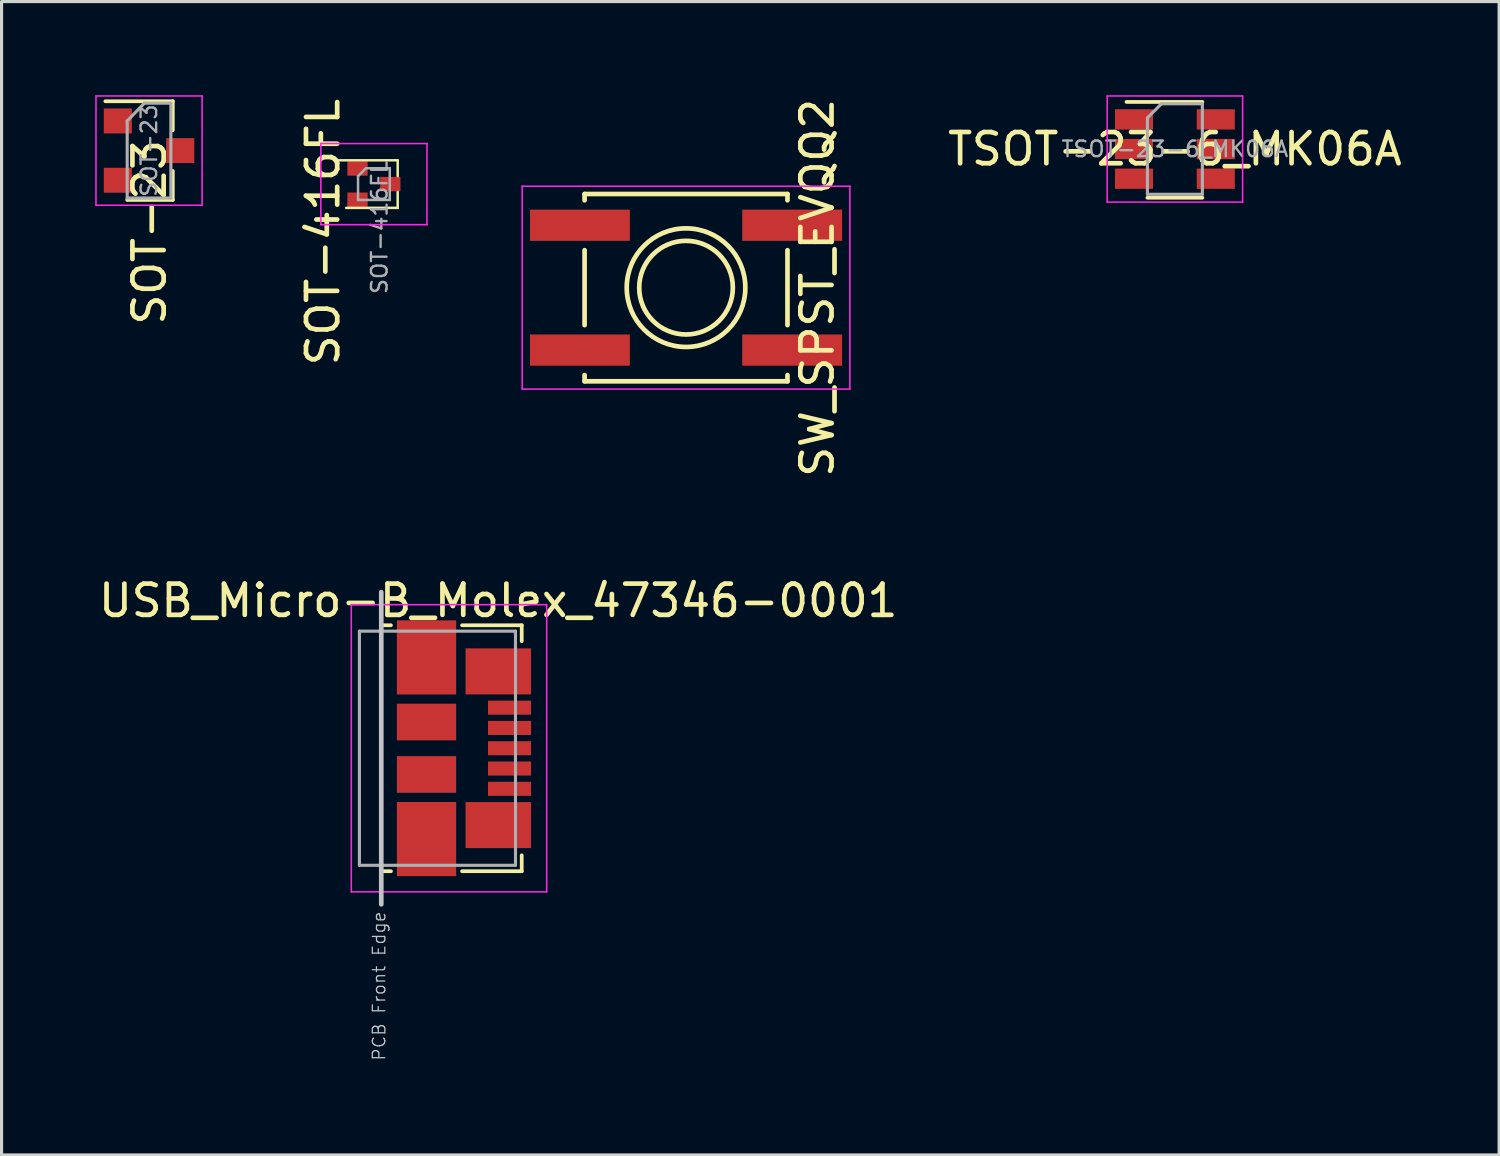
<source format=kicad_pcb>
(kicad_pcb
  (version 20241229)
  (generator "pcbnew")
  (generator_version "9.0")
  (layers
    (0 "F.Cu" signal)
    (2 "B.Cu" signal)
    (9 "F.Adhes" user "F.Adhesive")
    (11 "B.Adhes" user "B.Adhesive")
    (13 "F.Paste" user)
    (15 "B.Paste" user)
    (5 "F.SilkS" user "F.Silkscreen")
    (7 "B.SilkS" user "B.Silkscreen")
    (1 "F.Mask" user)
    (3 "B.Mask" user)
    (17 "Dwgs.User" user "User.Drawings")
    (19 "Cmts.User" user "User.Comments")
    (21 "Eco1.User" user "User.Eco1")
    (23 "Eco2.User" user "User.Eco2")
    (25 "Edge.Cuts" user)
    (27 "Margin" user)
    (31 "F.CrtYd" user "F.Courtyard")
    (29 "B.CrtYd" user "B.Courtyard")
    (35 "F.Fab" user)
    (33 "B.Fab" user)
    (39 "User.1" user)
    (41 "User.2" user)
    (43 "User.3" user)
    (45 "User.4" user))
  (footprint "USB_Micro-B_Molex_47346-0001"
    (layer "F.Cu")
    (at 11.945 20.922)
    (property "Reference" "USB_Micro-B_Molex_47346-0001" (at 0.966 -4.729 0) (layer "F.SilkS") (effects (font (size 1 1) (thickness 0.15))))
    (attr smd)
    (fp_line (start -2.73 -3.94) (end -2.47 -3.94) (stroke (width 0.12) (type solid)) (layer "F.SilkS"))
    (fp_line (start -2.47 3.94) (end -2.73 3.94) (stroke (width 0.12) (type solid)) (layer "F.SilkS"))
    (fp_line (start -0.19 -3.94) (end 1.72 -3.94) (stroke (width 0.12) (type solid)) (layer "F.SilkS"))
    (fp_line (start 1.72 -3.94) (end 1.72 -3.43) (stroke (width 0.12) (type solid)) (layer "F.SilkS"))
    (fp_line (start 1.72 3.94) (end -0.19 3.94) (stroke (width 0.12) (type solid)) (layer "F.SilkS"))
    (fp_line (start 1.72 3.94) (end 1.72 3.43) (stroke (width 0.12) (type solid)) (layer "F.SilkS"))
    (fp_line (start -2.78 -5) (end -2.78 5) (stroke (width 0.15) (type solid)) (layer "Dwgs.User"))
    (fp_line (start -3.74 -4.6) (end 2.52 -4.6) (stroke (width 0.05) (type solid)) (layer "F.CrtYd"))
    (fp_line (start -3.74 4.6) (end -3.74 -4.6) (stroke (width 0.05) (type solid)) (layer "F.CrtYd"))
    (fp_line (start 2.52 -4.6) (end 2.52 4.6) (stroke (width 0.05) (type solid)) (layer "F.CrtYd"))
    (fp_line (start 2.52 4.6) (end -3.74 4.6) (stroke (width 0.05) (type solid)) (layer "F.CrtYd"))
    (fp_line (start -3.48 -3.75) (end 1.52 -3.75) (stroke (width 0.1) (type solid)) (layer "F.Fab"))
    (fp_line (start -3.48 3.75) (end -3.48 -3.75) (stroke (width 0.1) (type solid)) (layer "F.Fab"))
    (fp_line (start 1.52 -3.75) (end 1.52 3.75) (stroke (width 0.1) (type solid)) (layer "F.Fab"))
    (fp_line (start 1.52 3.75) (end -3.48 3.75) (stroke (width 0.1) (type solid)) (layer "F.Fab"))
    (fp_text user "PCB Front Edge" (at -2.85 7.62 90) (layer "Dwgs.User") (effects (font (size 0.4 0.4) (thickness 0.04))))
    (pad "1" smd rect (at 1.33 -1.3) (size 1.38 0.45) (layers "F.Cu" "F.Mask" "F.Paste"))
    (pad "2" smd rect (at 1.33 -0.65) (size 1.38 0.45) (layers "F.Cu" "F.Mask" "F.Paste"))
    (pad "3" smd rect (at 1.33 0) (size 1.38 0.45) (layers "F.Cu" "F.Mask" "F.Paste"))
    (pad "4" smd rect (at 1.33 0.65) (size 1.38 0.45) (layers "F.Cu" "F.Mask" "F.Paste"))
    (pad "5" smd rect (at 1.33 1.3) (size 1.38 0.45) (layers "F.Cu" "F.Mask" "F.Paste"))
    (pad "6" smd rect (at -1.33 -2.91) (size 1.9 2.375) (layers "F.Cu" "F.Mask" "F.Paste"))
    (pad "6" smd rect (at -1.33 -0.84) (size 1.9 1.175) (layers "F.Cu" "F.Mask" "F.Paste"))
    (pad "6" smd rect (at -1.33 0.84) (size 1.9 1.175) (layers "F.Cu" "F.Mask" "F.Paste"))
    (pad "6" smd rect (at -1.33 2.91) (size 1.9 2.375) (layers "F.Cu" "F.Mask" "F.Paste"))
    (pad "6" smd rect (at 0.97 -2.462) (size 2.1 1.475) (layers "F.Cu" "F.Mask" "F.Paste"))
    (pad "6" smd rect (at 0.97 2.462) (size 2.1 1.475) (layers "F.Cu" "F.Mask" "F.Paste")))
  (footprint "SW_SPST_EVQQ2"
    (layer "F.Cu")
    (at 18.929 6.166)
    (property "Reference" "SW_SPST_EVQQ2" (at 4.207 0.007 90) (layer "F.SilkS") (effects (font (size 1 1) (thickness 0.15))))
    (attr smd)
    (fp_line (start -3.25 -3) (end -3.25 -2.8) (stroke (width 0.15) (type solid)) (layer "F.SilkS"))
    (fp_line (start -3.25 -1.2) (end -3.25 1.2) (stroke (width 0.15) (type solid)) (layer "F.SilkS"))
    (fp_line (start -3.25 3) (end -3.25 2.8) (stroke (width 0.15) (type solid)) (layer "F.SilkS"))
    (fp_line (start -3.25 3) (end 3.25 3) (stroke (width 0.15) (type solid)) (layer "F.SilkS"))
    (fp_line (start 3.25 -3) (end -3.25 -3) (stroke (width 0.15) (type solid)) (layer "F.SilkS"))
    (fp_line (start 3.25 -3) (end 3.25 -2.8) (stroke (width 0.15) (type solid)) (layer "F.SilkS"))
    (fp_line (start 3.25 -1.2) (end 3.25 1.2) (stroke (width 0.15) (type solid)) (layer "F.SilkS"))
    (fp_line (start 3.25 3) (end 3.25 2.8) (stroke (width 0.15) (type solid)) (layer "F.SilkS"))
    (fp_circle (center 0 0) (end 1.5 0) (stroke (width 0.15) (type solid)) (fill no) (layer "F.SilkS"))
    (fp_circle (center 0 0) (end 1.9 0) (stroke (width 0.15) (type solid)) (fill no) (layer "F.SilkS"))
    (fp_line (start -5.25 -3.25) (end 5.25 -3.25) (stroke (width 0.05) (type solid)) (layer "F.CrtYd"))
    (fp_line (start -5.25 3.25) (end -5.25 -3.25) (stroke (width 0.05) (type solid)) (layer "F.CrtYd"))
    (fp_line (start 5.25 -3.25) (end 5.25 3.25) (stroke (width 0.05) (type solid)) (layer "F.CrtYd"))
    (fp_line (start 5.25 3.25) (end -5.25 3.25) (stroke (width 0.05) (type solid)) (layer "F.CrtYd"))
    (pad "1" smd rect (at -3.4 -2) (size 3.2 1) (layers "F.Cu" "F.Mask" "F.Paste"))
    (pad "1" smd rect (at 3.4 -2) (size 3.2 1) (layers "F.Cu" "F.Mask" "F.Paste"))
    (pad "2" smd rect (at -3.4 2) (size 3.2 1) (layers "F.Cu" "F.Mask" "F.Paste"))
    (pad "2" smd rect (at 3.4 2) (size 3.2 1) (layers "F.Cu" "F.Mask" "F.Paste")))
  (footprint "TSOT-23-6_MK06A"
    (layer "F.Cu")
    (at 34.591 1.725)
    (property "Reference" "TSOT-23-6_MK06A" (at 0 0 180) (layer "F.SilkS") (effects (font (size 1 1) (thickness 0.15))))
    (attr smd)
    (fp_line (start -0.88 1.56) (end 0.88 1.56) (stroke (width 0.12) (type solid)) (layer "F.SilkS"))
    (fp_line (start 0.88 -1.51) (end -1.55 -1.51) (stroke (width 0.12) (type solid)) (layer "F.SilkS"))
    (fp_line (start -2.17 -1.7) (end -2.17 1.7) (stroke (width 0.05) (type solid)) (layer "F.CrtYd"))
    (fp_line (start -2.17 -1.7) (end 2.17 -1.7) (stroke (width 0.05) (type solid)) (layer "F.CrtYd"))
    (fp_line (start 2.17 1.7) (end -2.17 1.7) (stroke (width 0.05) (type solid)) (layer "F.CrtYd"))
    (fp_line (start 2.17 1.7) (end 2.17 -1.7) (stroke (width 0.05) (type solid)) (layer "F.CrtYd"))
    (fp_line (start -0.88 -1) (end -0.88 1.45) (stroke (width 0.1) (type solid)) (layer "F.Fab"))
    (fp_line (start -0.88 -1) (end -0.43 -1.45) (stroke (width 0.1) (type solid)) (layer "F.Fab"))
    (fp_line (start 0.88 -1.45) (end -0.43 -1.45) (stroke (width 0.1) (type solid)) (layer "F.Fab"))
    (fp_line (start 0.88 -1.45) (end 0.88 1.45) (stroke (width 0.1) (type solid)) (layer "F.Fab"))
    (fp_line (start 0.88 1.45) (end -0.88 1.45) (stroke (width 0.1) (type solid)) (layer "F.Fab"))
    (fp_text user "${REFERENCE}" (at 0 0 0) (layer "F.Fab") (effects (font (size 0.5 0.5) (thickness 0.075))))
    (pad "1" smd rect (at -1.31 -0.95) (size 1.22 0.65) (layers "F.Cu" "F.Mask" "F.Paste"))
    (pad "2" smd rect (at -1.31 0) (size 1.22 0.65) (layers "F.Cu" "F.Mask" "F.Paste"))
    (pad "3" smd rect (at -1.31 0.95) (size 1.22 0.65) (layers "F.Cu" "F.Mask" "F.Paste"))
    (pad "4" smd rect (at 1.31 0.95) (size 1.22 0.65) (layers "F.Cu" "F.Mask" "F.Paste"))
    (pad "5" smd rect (at 1.31 0) (size 1.22 0.65) (layers "F.Cu" "F.Mask" "F.Paste"))
    (pad "6" smd rect (at 1.31 -0.95) (size 1.22 0.65) (layers "F.Cu" "F.Mask" "F.Paste")))
  (footprint "SOT-416FL"
    (layer "F.Cu")
    (at 8.929 2.848)
    (property "Reference" "SOT-416FL" (at -1.631 1.539 90) (layer "F.SilkS") (effects (font (size 1 1) (thickness 0.15))))
    (attr smd)
    (fp_line (start -0.889 0.762) (end 0.762 0.762) (stroke (width 0.08) (type solid)) (layer "F.SilkS"))
    (fp_line (start 0.762 -0.762) (end -1.27 -0.762) (stroke (width 0.08) (type solid)) (layer "F.SilkS"))
    (fp_line (start 0.762 -0.254) (end 0.762 -0.762) (stroke (width 0.08) (type solid)) (layer "F.SilkS"))
    (fp_line (start 0.762 0.762) (end 0.762 0.254) (stroke (width 0.08) (type solid)) (layer "F.SilkS"))
    (fp_line (start -1.7 -1.3) (end 1.7 -1.3) (stroke (width 0.05) (type solid)) (layer "F.CrtYd"))
    (fp_line (start -1.7 1.3) (end -1.7 -1.3) (stroke (width 0.05) (type solid)) (layer "F.CrtYd"))
    (fp_line (start 1.7 -1.3) (end 1.7 1.3) (stroke (width 0.05) (type solid)) (layer "F.CrtYd"))
    (fp_line (start 1.7 1.3) (end -1.7 1.3) (stroke (width 0.05) (type solid)) (layer "F.CrtYd"))
    (fp_line (start -0.508 -0.254) (end -0.254 -0.508) (stroke (width 0.08) (type solid)) (layer "F.Fab"))
    (fp_line (start -0.508 0.508) (end -0.508 -0.254) (stroke (width 0.08) (type solid)) (layer "F.Fab"))
    (fp_line (start -0.254 -0.508) (end 0.508 -0.508) (stroke (width 0.08) (type solid)) (layer "F.Fab"))
    (fp_line (start 0.508 -0.508) (end 0.508 0.508) (stroke (width 0.08) (type solid)) (layer "F.Fab"))
    (fp_line (start 0.508 0.508) (end -0.508 0.508) (stroke (width 0.08) (type solid)) (layer "F.Fab"))
    (fp_text user "${REFERENCE}" (at 0.178 1.386 90) (layer "F.Fab") (effects (font (size 0.5 0.5) (thickness 0.075))))
    (pad "1" smd rect (at -0.525 -0.5 270) (size 0.46 0.65) (layers "F.Cu" "F.Mask" "F.Paste"))
    (pad "2" smd rect (at -0.525 0.5 270) (size 0.46 0.65) (layers "F.Cu" "F.Mask" "F.Paste"))
    (pad "3" smd rect (at 0.525 0 270) (size 0.46 0.65) (layers "F.Cu" "F.Mask" "F.Paste")))
  (footprint "SOT-23"
    (layer "F.Cu")
    (at 1.725 1.775)
    (property "Reference" "SOT-23" (at 0.013 2.616 90) (layer "F.SilkS") (effects (font (size 1 1) (thickness 0.15))))
    (attr smd)
    (fp_line (start 0.76 -1.58) (end -1.4 -1.58) (stroke (width 0.12) (type solid)) (layer "F.SilkS"))
    (fp_line (start 0.76 -1.58) (end 0.76 -0.65) (stroke (width 0.12) (type solid)) (layer "F.SilkS"))
    (fp_line (start 0.76 1.58) (end -0.7 1.58) (stroke (width 0.12) (type solid)) (layer "F.SilkS"))
    (fp_line (start 0.76 1.58) (end 0.76 0.65) (stroke (width 0.12) (type solid)) (layer "F.SilkS"))
    (fp_line (start -1.7 -1.75) (end 1.7 -1.75) (stroke (width 0.05) (type solid)) (layer "F.CrtYd"))
    (fp_line (start -1.7 1.75) (end -1.7 -1.75) (stroke (width 0.05) (type solid)) (layer "F.CrtYd"))
    (fp_line (start 1.7 -1.75) (end 1.7 1.75) (stroke (width 0.05) (type solid)) (layer "F.CrtYd"))
    (fp_line (start 1.7 1.75) (end -1.7 1.75) (stroke (width 0.05) (type solid)) (layer "F.CrtYd"))
    (fp_line (start -0.7 -0.95) (end -0.7 1.5) (stroke (width 0.1) (type solid)) (layer "F.Fab"))
    (fp_line (start -0.7 -0.95) (end -0.15 -1.52) (stroke (width 0.1) (type solid)) (layer "F.Fab"))
    (fp_line (start -0.7 1.52) (end 0.7 1.52) (stroke (width 0.1) (type solid)) (layer "F.Fab"))
    (fp_line (start -0.15 -1.52) (end 0.7 -1.52) (stroke (width 0.1) (type solid)) (layer "F.Fab"))
    (fp_line (start 0.7 -1.52) (end 0.7 1.52) (stroke (width 0.1) (type solid)) (layer "F.Fab"))
    (fp_text user "${REFERENCE}" (at 0 0 90) (layer "F.Fab") (effects (font (size 0.5 0.5) (thickness 0.075))))
    (pad "1" smd rect (at -1 -0.95) (size 0.9 0.8) (layers "F.Cu" "F.Mask" "F.Paste"))
    (pad "2" smd rect (at -1 0.95) (size 0.9 0.8) (layers "F.Cu" "F.Mask" "F.Paste"))
    (pad "3" smd rect (at 1 0) (size 0.9 0.8) (layers "F.Cu" "F.Mask" "F.Paste")))
  (gr_rect
    (start -3 -3)
    (end 44.978 33.953)
    (stroke (width 0.1) (type default))
    (fill no)
    (layer "Edge.Cuts")))
</source>
